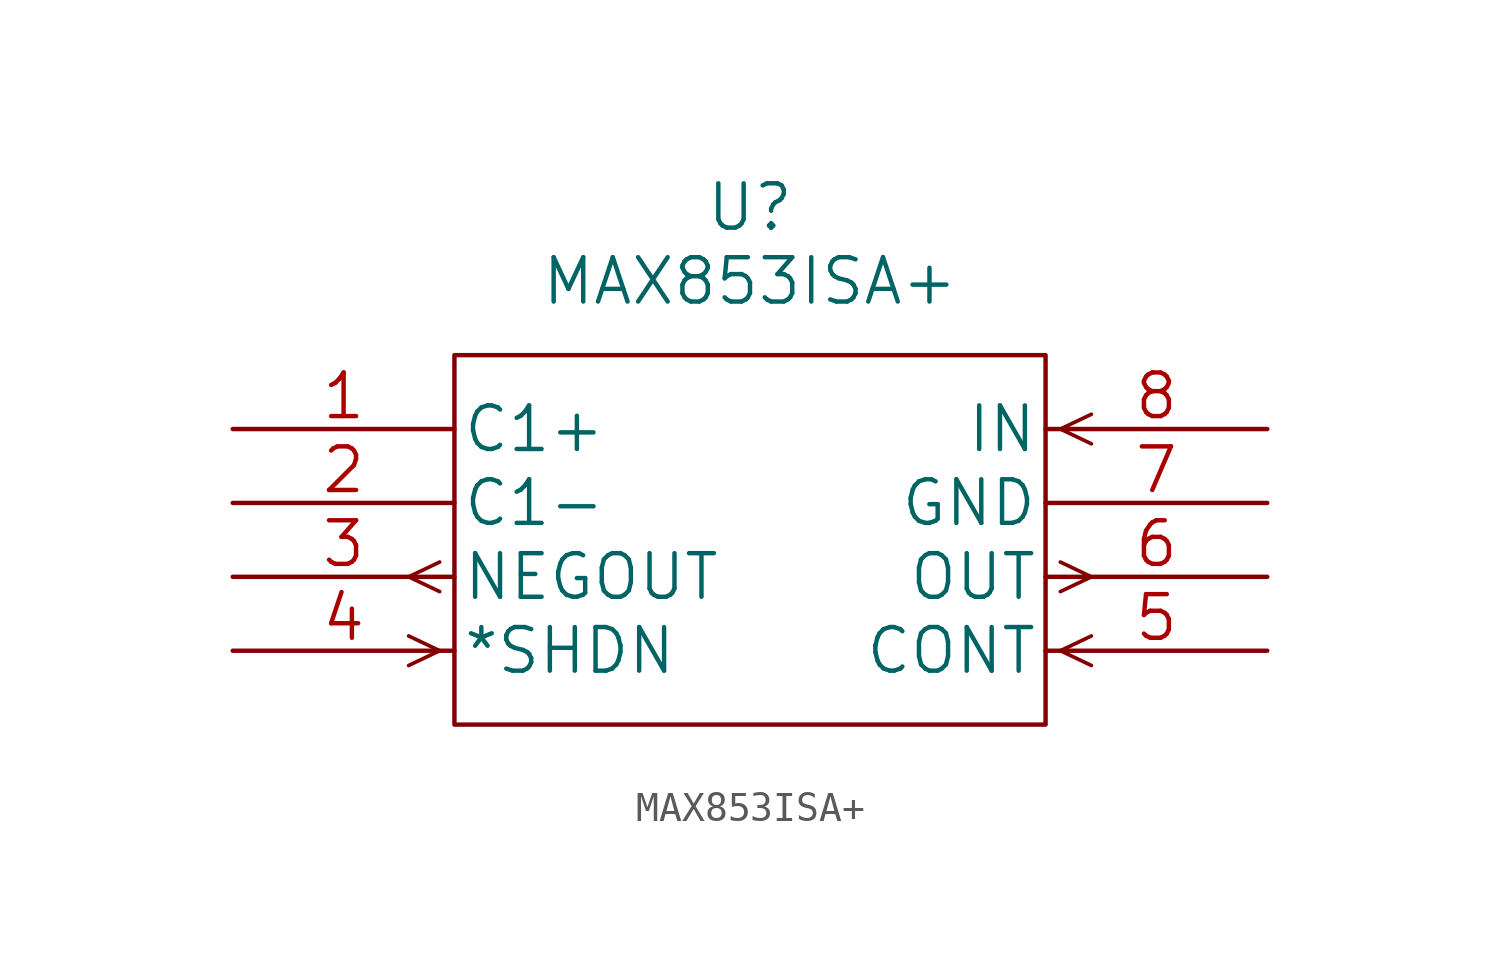
<source format=kicad_sym>
(kicad_symbol_lib
  (version 20211014)
  (generator kicad_symbol_editor)
  (symbol "MAX853ISA+"
    (pin_names
      (offset 0.254))
    (property "Reference" "U"
      (at 17.78 7.62 0)
      (effects (font (size 1.524 1.524))))
    (property "Value" "MAX853ISA+"
      (at 17.78 5.08 0)
      (effects (font (size 1.524 1.524))))
    (property "Datasheet" ""
      (at 0 0 0)
      (effects (font (size 1.524 1.524))))
    (property "ki_locked" ""
      (at 0 0 0)
      (effects (font (size 1.27 1.27))))
    (symbol "MAX853ISA+_1_1"
      (polyline (pts (xy 7.112 -7.62) (xy 6.045 -8.128)) (stroke (width 0.127) (type default) (color 0 0 0 0)) (fill (type none)))
      (polyline (pts (xy 7.112 -7.62) (xy 6.045 -7.112)) (stroke (width 0.127) (type default) (color 0 0 0 0)) (fill (type none)))
      (polyline (pts (xy 7.112 -5.588) (xy 6.045 -5.08)) (stroke (width 0.127) (type default) (color 0 0 0 0)) (fill (type none)))
      (polyline (pts (xy 7.112 -4.572) (xy 6.045 -5.08)) (stroke (width 0.127) (type default) (color 0 0 0 0)) (fill (type none)))
      (polyline (pts (xy 28.448 -7.62) (xy 29.515 -8.128)) (stroke (width 0.127) (type default) (color 0 0 0 0)) (fill (type none)))
      (polyline (pts (xy 28.448 -7.62) (xy 29.515 -7.112)) (stroke (width 0.127) (type default) (color 0 0 0 0)) (fill (type none)))
      (polyline (pts (xy 28.448 -5.588) (xy 29.515 -5.08)) (stroke (width 0.127) (type default) (color 0 0 0 0)) (fill (type none)))
      (polyline (pts (xy 28.448 -4.572) (xy 29.515 -5.08)) (stroke (width 0.127) (type default) (color 0 0 0 0)) (fill (type none)))
      (polyline (pts (xy 28.448 0) (xy 29.515 -0.508)) (stroke (width 0.127) (type default) (color 0 0 0 0)) (fill (type none)))
      (polyline (pts (xy 28.448 0) (xy 29.515 0.508)) (stroke (width 0.127) (type default) (color 0 0 0 0)) (fill (type none)))
      (rectangle (start 7.62 2.54) (end 27.94 -10.16) (stroke (width 0.152) (type default) (color 0 0 0 0)) (fill (type none)))
      (pin unspecified line (at 0 0 0) (length 7.62) (name "C1+" (effects (font (size 1.499 1.499)))) (number "1" (effects (font (size 1.499 1.499)))))
      (pin unspecified line (at 0 -2.54 0) (length 7.62) (name "C1-" (effects (font (size 1.499 1.499)))) (number "2" (effects (font (size 1.499 1.499)))))
      (pin output line (at 0 -5.08 0) (length 7.62) (name "NEGOUT" (effects (font (size 1.499 1.499)))) (number "3" (effects (font (size 1.499 1.499)))))
      (pin input line (at 0 -7.62 0) (length 7.62) (name "*SHDN" (effects (font (size 1.499 1.499)))) (number "4" (effects (font (size 1.499 1.499)))))
      (pin input line (at 35.56 -7.62 180) (length 7.62) (name "CONT" (effects (font (size 1.499 1.499)))) (number "5" (effects (font (size 1.499 1.499)))))
      (pin output line (at 35.56 -5.08 180) (length 7.62) (name "OUT" (effects (font (size 1.499 1.499)))) (number "6" (effects (font (size 1.499 1.499)))))
      (pin power_in line (at 35.56 -2.54 180) (length 7.62) (name "GND" (effects (font (size 1.499 1.499)))) (number "7" (effects (font (size 1.499 1.499)))))
      (pin input line (at 35.56 0 180) (length 7.62) (name "IN" (effects (font (size 1.499 1.499)))) (number "8" (effects (font (size 1.499 1.499))))))))
</source>
